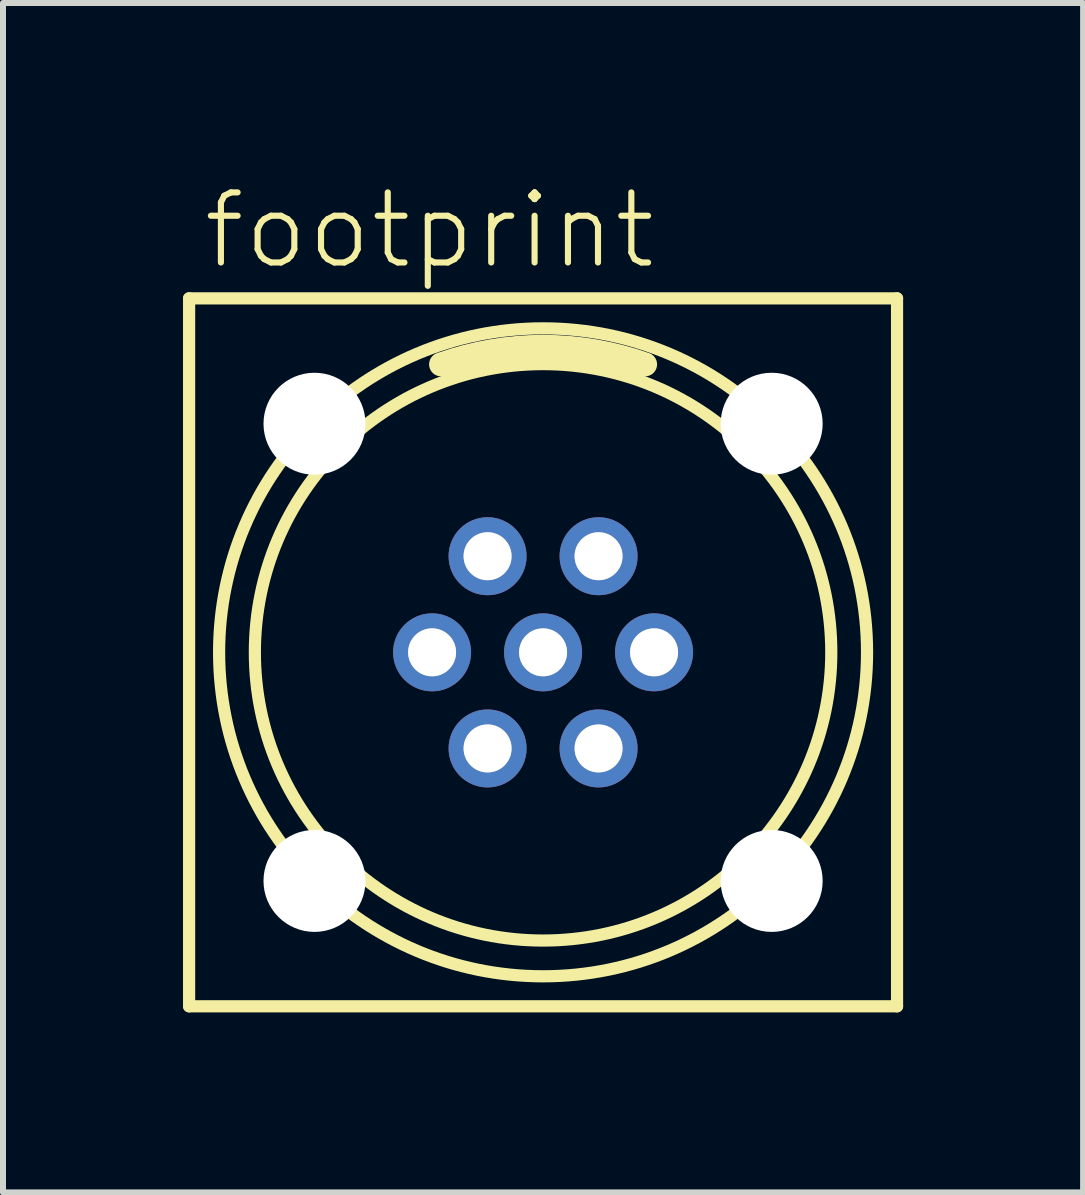
<source format=kicad_pcb>
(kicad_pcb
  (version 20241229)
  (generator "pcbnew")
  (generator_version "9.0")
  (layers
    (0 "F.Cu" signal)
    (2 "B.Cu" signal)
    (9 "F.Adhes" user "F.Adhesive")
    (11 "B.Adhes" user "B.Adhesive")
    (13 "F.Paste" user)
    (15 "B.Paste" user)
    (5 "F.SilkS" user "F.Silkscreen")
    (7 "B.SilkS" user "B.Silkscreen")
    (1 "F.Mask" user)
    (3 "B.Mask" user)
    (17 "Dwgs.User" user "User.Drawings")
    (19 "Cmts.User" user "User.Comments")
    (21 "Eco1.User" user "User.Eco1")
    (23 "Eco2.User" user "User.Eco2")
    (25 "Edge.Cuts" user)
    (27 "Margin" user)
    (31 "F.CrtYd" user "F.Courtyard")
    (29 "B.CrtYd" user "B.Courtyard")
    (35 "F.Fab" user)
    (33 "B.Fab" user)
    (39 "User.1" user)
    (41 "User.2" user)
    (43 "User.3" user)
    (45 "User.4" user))
  (footprint "footprint"
    (layer "F.Cu")
    (at 6.002 7.823)
    (property "Reference" "footprint" (at -5.715 -6.35 0) (layer "F.SilkS") (effects (font (size 1.168 1.168) (thickness 0.102)) (justify left bottom)))
    (fp_line (start -5.9 -5.9) (end 5.9 -5.9) (stroke (width 0.203) (type solid)) (layer "F.SilkS"))
    (fp_line (start -5.9 5.9) (end -5.9 -5.9) (stroke (width 0.203) (type solid)) (layer "F.SilkS"))
    (fp_line (start 5.9 -5.9) (end 5.9 5.9) (stroke (width 0.203) (type solid)) (layer "F.SilkS"))
    (fp_line (start 5.9 5.9) (end -5.9 5.9) (stroke (width 0.203) (type solid)) (layer "F.SilkS"))
    (fp_arc (start -1.7 -4.8) (mid 0 -5.092151) (end 1.7 -4.8) (stroke (width 0.4) (type solid)) (layer "F.SilkS"))
    (fp_circle (center 0 0) (end 4.804 0) (stroke (width 0.203) (type solid)) (fill no) (layer "F.SilkS"))
    (fp_circle (center 0 0) (end 5.4 0) (stroke (width 0.203) (type solid)) (fill no) (layer "F.SilkS"))
    (fp_circle (center -1.85 0) (end -1.552 0) (stroke (width 0.203) (type solid)) (fill no) (layer "F.Fab"))
    (fp_circle (center -0.925 -1.602) (end -0.626 -1.602) (stroke (width 0.203) (type solid)) (fill no) (layer "F.Fab"))
    (fp_circle (center -0.925 1.602) (end -0.626 1.602) (stroke (width 0.203) (type solid)) (fill no) (layer "F.Fab"))
    (fp_circle (center 0 0) (end 0.298 0) (stroke (width 0.203) (type solid)) (fill no) (layer "F.Fab"))
    (fp_circle (center 0.925 -1.602) (end 1.223 -1.602) (stroke (width 0.203) (type solid)) (fill no) (layer "F.Fab"))
    (fp_circle (center 0.925 1.602) (end 1.223 1.602) (stroke (width 0.203) (type solid)) (fill no) (layer "F.Fab"))
    (fp_circle (center 1.85 0) (end 2.148 0) (stroke (width 0.203) (type solid)) (fill no) (layer "F.Fab"))
    (pad "" np_thru_hole circle (at -3.81 -3.81) (size 1.7 1.7) (drill 1.7) (layers "*.Cu" "*.Mask"))
    (pad "" np_thru_hole circle (at -3.81 3.81) (size 1.7 1.7) (drill 1.7) (layers "*.Cu" "*.Mask"))
    (pad "" np_thru_hole circle (at 3.81 -3.81) (size 1.7 1.7) (drill 1.7) (layers "*.Cu" "*.Mask"))
    (pad "" np_thru_hole circle (at 3.81 3.81) (size 1.7 1.7) (drill 1.7) (layers "*.Cu" "*.Mask"))
    (pad "1" thru_hole circle (at -0.925 -1.602 120) (size 1.3 1.3) (drill 0.8) (layers "*.Cu" "*.Mask"))
    (pad "2" thru_hole circle (at -1.85 0 120) (size 1.3 1.3) (drill 0.8) (layers "*.Cu" "*.Mask"))
    (pad "3" thru_hole circle (at -0.925 1.602 120) (size 1.3 1.3) (drill 0.8) (layers "*.Cu" "*.Mask"))
    (pad "4" thru_hole circle (at 0.925 1.602 120) (size 1.3 1.3) (drill 0.8) (layers "*.Cu" "*.Mask"))
    (pad "5" thru_hole circle (at 1.85 0 120) (size 1.3 1.3) (drill 0.8) (layers "*.Cu" "*.Mask"))
    (pad "6" thru_hole circle (at 0.925 -1.602 120) (size 1.3 1.3) (drill 0.8) (layers "*.Cu" "*.Mask"))
    (pad "7" thru_hole circle (at 0 0) (size 1.3 1.3) (drill 0.8) (layers "*.Cu" "*.Mask")))
  (gr_rect
    (start -3 -3)
    (end 15.003 16.825)
    (stroke (width 0.1) (type default))
    (fill no)
    (layer "Edge.Cuts")))
</source>
